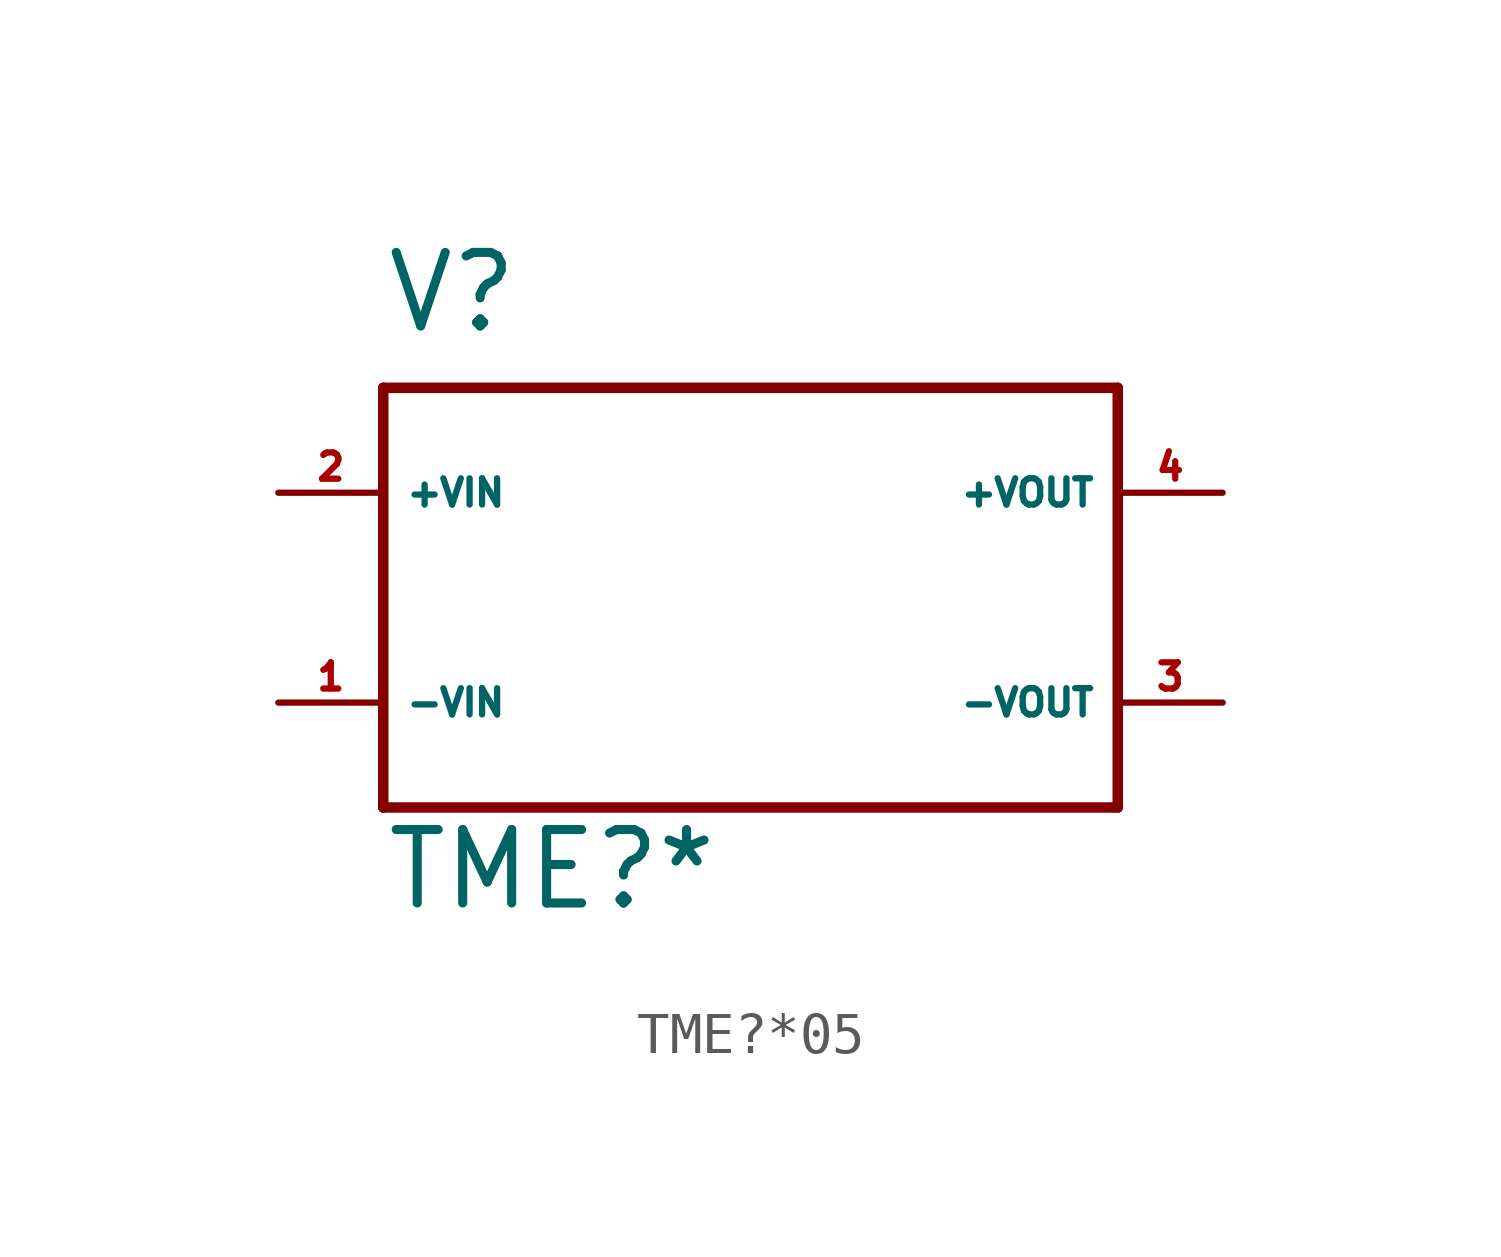
<source format=kicad_sym>
(kicad_symbol_lib
  (version 20220914)
  (generator Eagle2Kicad)
  (symbol "TME?*05"
    (property "Reference" "V"
      (at -7.62 6.35 0)
      (effects (font (size 1.778 1.778) (thickness 0.22)) (justify left bottom)))
    (property "Value" "TME?*"
      (at -7.62 -7.62 0)
      (effects (font (size 1.778 1.778) (thickness 0.22)) (justify left bottom)))
    (polyline
      (pts (xy -7.62 5.08) (xy 10.16 5.08))
      (stroke (width 0.254) (type default))
      (fill (type none)))
    (polyline
      (pts (xy 10.16 5.08) (xy 10.16 -5.08))
      (stroke (width 0.254) (type default))
      (fill (type none)))
    (polyline
      (pts (xy 10.16 -5.08) (xy -7.62 -5.08))
      (stroke (width 0.254) (type default))
      (fill (type none)))
    (polyline
      (pts (xy -7.62 -5.08) (xy -7.62 5.08))
      (stroke (width 0.254) (type default))
      (fill (type none)))
    (pin passive line
      (at -10.16 2.54 0)
      (length 2.54)
      (name "+VIN" (effects (font (size 0.635 0.635) (thickness 0.08)) (justify left bottom)))
      (number "2" (effects (font (size 0.635 0.635) (thickness 0.08)) (justify left bottom))))
    (pin passive line
      (at -10.16 -2.54 0)
      (length 2.54)
      (name "-VIN" (effects (font (size 0.635 0.635) (thickness 0.08)) (justify left bottom)))
      (number "1" (effects (font (size 0.635 0.635) (thickness 0.08)) (justify left bottom))))
    (pin passive line
      (at 12.7 2.54 180)
      (length 2.54)
      (name "+VOUT" (effects (font (size 0.635 0.635) (thickness 0.08)) (justify left bottom)))
      (number "4" (effects (font (size 0.635 0.635) (thickness 0.08)) (justify left bottom))))
    (pin passive line
      (at 12.7 -2.54 180)
      (length 2.54)
      (name "-VOUT" (effects (font (size 0.635 0.635) (thickness 0.08)) (justify left bottom)))
      (number "3" (effects (font (size 0.635 0.635) (thickness 0.08)) (justify left bottom))))))
</source>
